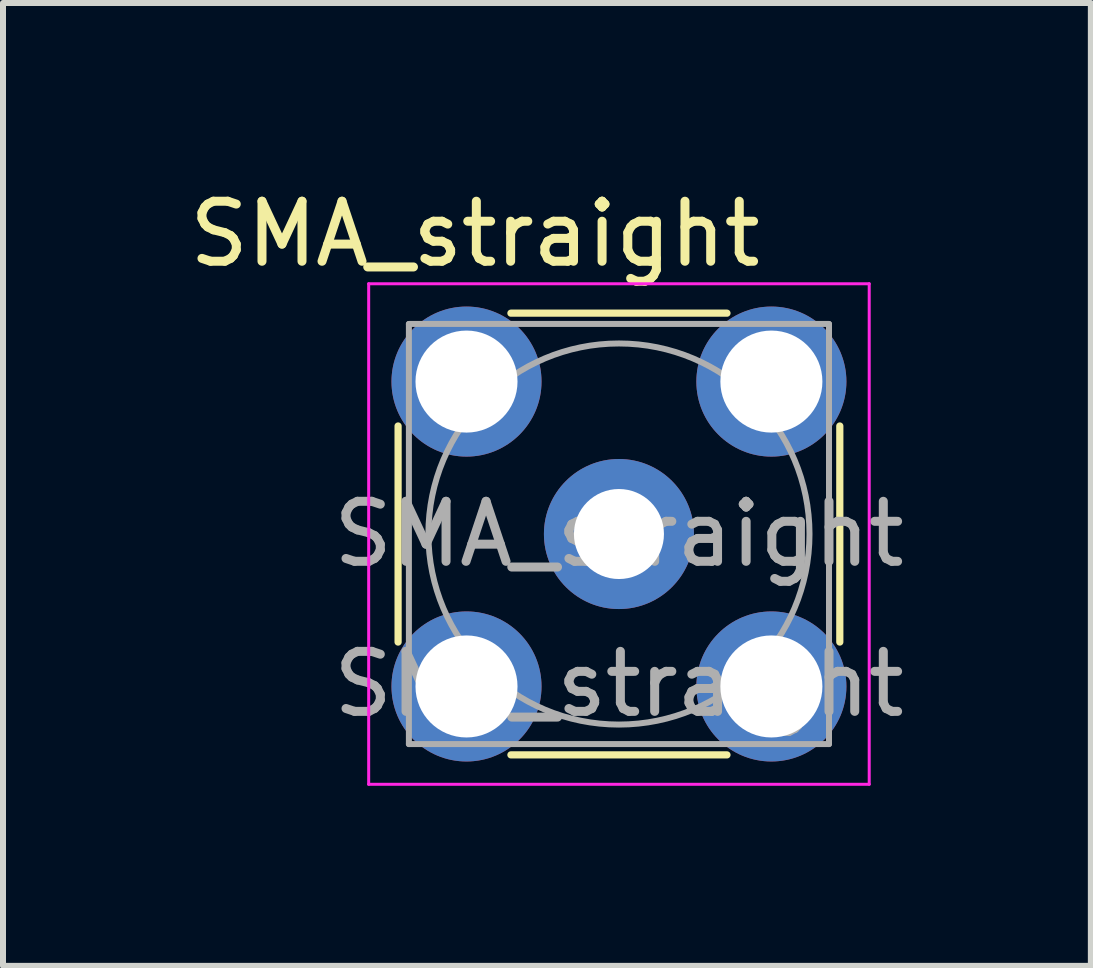
<source format=kicad_pcb>
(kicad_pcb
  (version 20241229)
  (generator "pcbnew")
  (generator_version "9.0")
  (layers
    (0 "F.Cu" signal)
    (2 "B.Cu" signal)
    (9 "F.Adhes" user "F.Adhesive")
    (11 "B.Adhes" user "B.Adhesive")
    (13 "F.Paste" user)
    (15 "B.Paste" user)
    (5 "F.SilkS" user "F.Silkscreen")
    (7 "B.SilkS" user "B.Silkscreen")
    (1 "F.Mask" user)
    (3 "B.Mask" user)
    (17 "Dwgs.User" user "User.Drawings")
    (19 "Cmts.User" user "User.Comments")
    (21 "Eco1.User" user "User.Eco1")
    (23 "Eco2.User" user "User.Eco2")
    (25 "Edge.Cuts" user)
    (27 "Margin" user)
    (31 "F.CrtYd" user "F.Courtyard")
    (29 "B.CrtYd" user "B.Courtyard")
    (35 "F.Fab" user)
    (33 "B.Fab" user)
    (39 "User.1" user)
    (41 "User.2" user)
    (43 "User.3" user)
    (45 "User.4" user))
  (footprint "SMA_straight"
    (layer "F.Cu")
    (at 7.263 5.848)
    (property "Reference" "SMA_straight" (at -2.4 -5 0) (unlocked yes) (layer "F.SilkS") (effects (font (size 1 1) (thickness 0.15))))
    (attr through_hole)
    (fp_line (start -3.68 -1.8) (end -3.68 1.8) (stroke (width 0.12) (type solid)) (layer "F.SilkS"))
    (fp_line (start -1.8 -3.68) (end 1.8 -3.68) (stroke (width 0.12) (type solid)) (layer "F.SilkS"))
    (fp_line (start -1.8 3.68) (end 1.8 3.68) (stroke (width 0.12) (type solid)) (layer "F.SilkS"))
    (fp_line (start 3.68 -1.8) (end 3.68 1.8) (stroke (width 0.12) (type solid)) (layer "F.SilkS"))
    (fp_line (start -4.17 -4.17) (end -4.17 4.17) (stroke (width 0.05) (type solid)) (layer "F.CrtYd"))
    (fp_line (start -4.17 -4.17) (end 4.17 -4.17) (stroke (width 0.05) (type solid)) (layer "F.CrtYd"))
    (fp_line (start 4.17 4.17) (end -4.17 4.17) (stroke (width 0.05) (type solid)) (layer "F.CrtYd"))
    (fp_line (start 4.17 4.17) (end 4.17 -4.17) (stroke (width 0.05) (type solid)) (layer "F.CrtYd"))
    (fp_line (start -3.5 -3.5) (end -3.5 3.5) (stroke (width 0.1) (type solid)) (layer "F.Fab"))
    (fp_line (start -3.5 -3.5) (end 3.5 -3.5) (stroke (width 0.1) (type solid)) (layer "F.Fab"))
    (fp_line (start -3.5 3.5) (end 3.5 3.5) (stroke (width 0.1) (type solid)) (layer "F.Fab"))
    (fp_line (start 3.5 -3.5) (end 3.5 3.5) (stroke (width 0.1) (type solid)) (layer "F.Fab"))
    (fp_circle (center 0 0) (end 3.175 0) (stroke (width 0.1) (type solid)) (fill no) (layer "F.Fab"))
    (fp_text user "${REFERENCE}" (at 0 2.5 0) (unlocked yes) (layer "F.Fab") (effects (font (size 1 1) (thickness 0.15))))
    (fp_text user "${REFERENCE}" (at 0 0 0) (layer "F.Fab") (effects (font (size 1 1) (thickness 0.15))))
    (pad "1" thru_hole circle (at 0 0) (size 2.5 2.5) (drill 1.5) (layers "*.Cu" "*.Mask"))
    (pad "2" thru_hole circle (at -2.54 -2.54) (size 2.5 2.5) (drill 1.7) (layers "*.Cu" "*.Mask"))
    (pad "2" thru_hole circle (at -2.54 2.54) (size 2.5 2.5) (drill 1.7) (layers "*.Cu" "*.Mask"))
    (pad "2" thru_hole circle (at 2.54 -2.54) (size 2.5 2.5) (drill 1.7) (layers "*.Cu" "*.Mask"))
    (pad "2" thru_hole circle (at 2.54 2.54) (size 2.5 2.5) (drill 1.7) (layers "*.Cu" "*.Mask")))
  (gr_rect
    (start -3 -3)
    (end 15.126 13.043)
    (stroke (width 0.1) (type default))
    (fill no)
    (layer "Edge.Cuts")))
</source>
